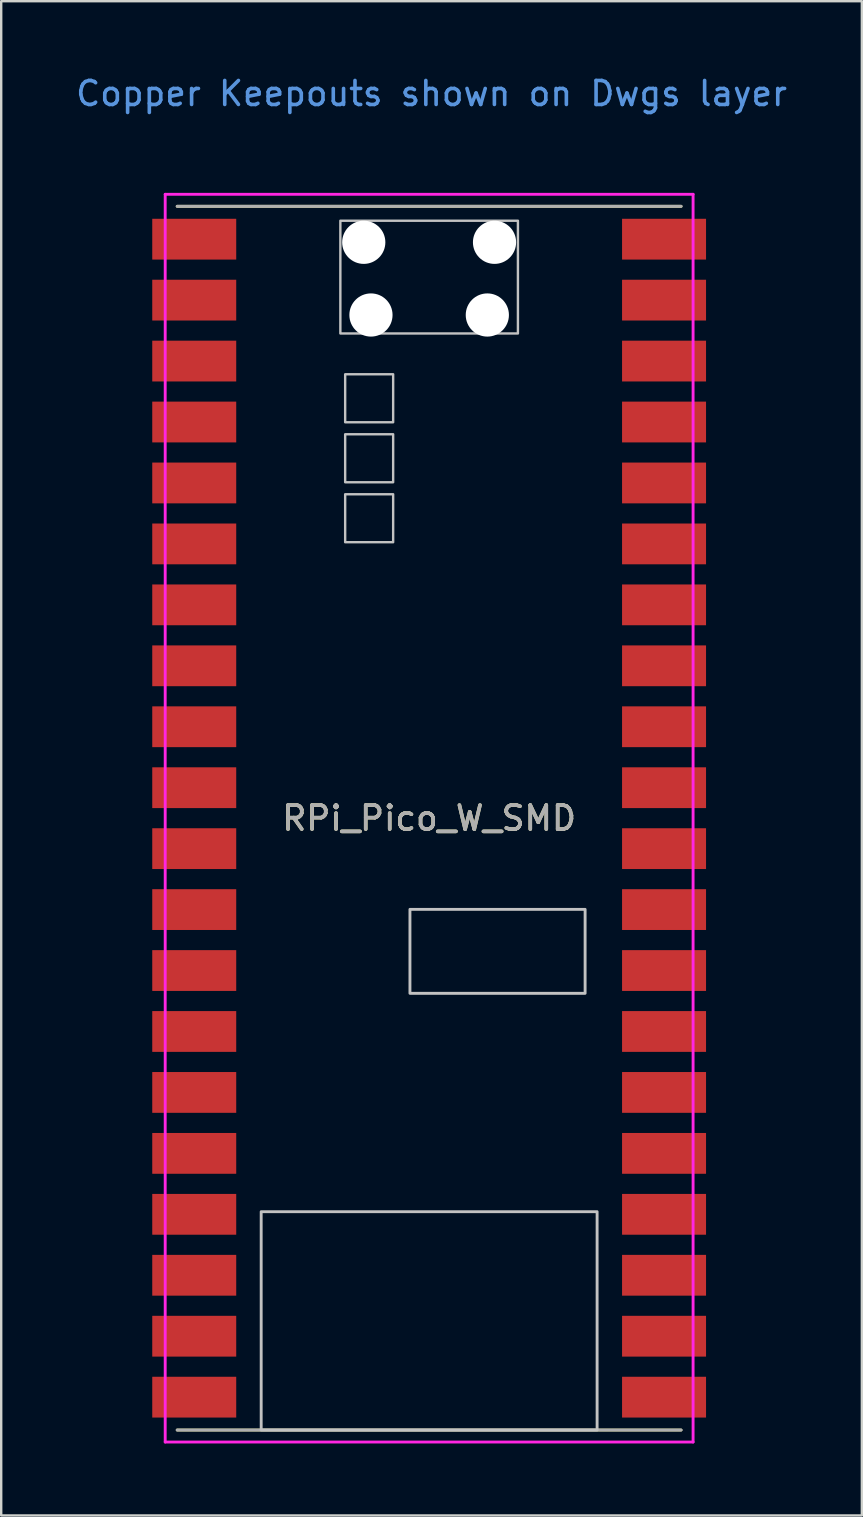
<source format=kicad_pcb>
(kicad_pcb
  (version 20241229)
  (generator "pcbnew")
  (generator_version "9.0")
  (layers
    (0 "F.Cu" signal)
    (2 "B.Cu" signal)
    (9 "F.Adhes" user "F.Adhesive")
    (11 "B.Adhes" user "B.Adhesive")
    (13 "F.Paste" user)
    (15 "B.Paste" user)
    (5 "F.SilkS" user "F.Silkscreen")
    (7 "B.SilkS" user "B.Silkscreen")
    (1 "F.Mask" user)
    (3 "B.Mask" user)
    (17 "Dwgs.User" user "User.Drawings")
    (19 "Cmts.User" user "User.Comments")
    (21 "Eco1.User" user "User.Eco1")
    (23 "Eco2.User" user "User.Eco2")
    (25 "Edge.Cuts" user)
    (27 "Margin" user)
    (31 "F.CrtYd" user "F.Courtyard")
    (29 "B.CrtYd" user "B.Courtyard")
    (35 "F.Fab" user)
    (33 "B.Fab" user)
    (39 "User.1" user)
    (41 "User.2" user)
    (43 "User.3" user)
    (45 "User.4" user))
  (footprint "RPi_Pico_W_SMD"
    (layer "F.Cu")
    (at 14.835 31.048)
    (property "Reference" "RPi_Pico_W_SMD" (at 0 0 180) (layer "F.SilkS") (effects (font (size 1 1) (thickness 0.15))))
    (attr through_hole)
    (fp_line (start -10.5 -25.5) (end 10.5 -25.5) (stroke (width 0.12) (type solid)) (layer "F.SilkS"))
    (fp_line (start 10.5 25.5) (end -10.5 25.5) (stroke (width 0.12) (type solid)) (layer "F.SilkS"))
    (fp_rect (start -7 16.4) (end 7 25.5) (stroke (width 0.12) (type solid)) (fill no) (layer "Dwgs.User"))
    (fp_rect (start -0.8 3.8) (end 6.5 7.3) (stroke (width 0.12) (type solid)) (fill no) (layer "Dwgs.User"))
    (fp_poly (pts (xy -1.5 -16.5) (xy -3.5 -16.5) (xy -3.5 -18.5) (xy -1.5 -18.5)) (stroke (width 0.1) (type solid)) (fill no) (layer "Dwgs.User"))
    (fp_poly (pts (xy -1.5 -14) (xy -3.5 -14) (xy -3.5 -16) (xy -1.5 -16)) (stroke (width 0.1) (type solid)) (fill no) (layer "Dwgs.User"))
    (fp_poly (pts (xy -1.5 -11.5) (xy -3.5 -11.5) (xy -3.5 -13.5) (xy -1.5 -13.5)) (stroke (width 0.1) (type solid)) (fill no) (layer "Dwgs.User"))
    (fp_poly (pts (xy 3.7 -20.2) (xy -3.7 -20.2) (xy -3.7 -24.9) (xy 3.7 -24.9)) (stroke (width 0.1) (type solid)) (fill no) (layer "Dwgs.User"))
    (fp_line (start -11 -26) (end 11 -26) (stroke (width 0.12) (type solid)) (layer "F.CrtYd"))
    (fp_line (start -11 26) (end -11 -26) (stroke (width 0.12) (type solid)) (layer "F.CrtYd"))
    (fp_line (start 11 26) (end -11 26) (stroke (width 0.12) (type solid)) (layer "F.CrtYd"))
    (fp_line (start 11 26) (end 11 -26) (stroke (width 0.12) (type solid)) (layer "F.CrtYd"))
    (fp_line (start -10.5 -25.5) (end 10.5 -25.5) (stroke (width 0.12) (type solid)) (layer "F.Fab"))
    (fp_line (start 10.5 25.5) (end -10.5 25.5) (stroke (width 0.12) (type solid)) (layer "F.Fab"))
    (fp_text user "Copper Keepouts shown on Dwgs layer" (at 0.1 -30.2 180) (layer "Cmts.User") (effects (font (size 1 1) (thickness 0.15))))
    (fp_text user "${REFERENCE}" (at 0 0 180) (layer "F.Fab") (effects (font (size 1 1) (thickness 0.15))))
    (pad "" np_thru_hole oval (at -2.725 -24) (size 1.8 1.8) (drill 1.8) (layers "*.Cu" "*.Mask"))
    (pad "" np_thru_hole oval (at -2.425 -20.97) (size 1.8 1.8) (drill 1.8) (layers "*.Cu" "*.Mask"))
    (pad "" np_thru_hole oval (at 2.425 -20.97) (size 1.8 1.8) (drill 1.8) (layers "*.Cu" "*.Mask"))
    (pad "" np_thru_hole oval (at 2.725 -24) (size 1.8 1.8) (drill 1.8) (layers "*.Cu" "*.Mask"))
    (pad "1" smd rect (at -8.89 -24.13) (size 3.5 1.7) (drill (offset -0.9 0)) (layers "F.Cu" "F.Mask"))
    (pad "2" smd rect (at -8.89 -21.59) (size 3.5 1.7) (drill (offset -0.9 0)) (layers "F.Cu" "F.Mask"))
    (pad "3" smd rect (at -8.89 -19.05) (size 3.5 1.7) (drill (offset -0.9 0)) (layers "F.Cu" "F.Mask"))
    (pad "4" smd rect (at -8.89 -16.51) (size 3.5 1.7) (drill (offset -0.9 0)) (layers "F.Cu" "F.Mask"))
    (pad "5" smd rect (at -8.89 -13.97) (size 3.5 1.7) (drill (offset -0.9 0)) (layers "F.Cu" "F.Mask"))
    (pad "6" smd rect (at -8.89 -11.43) (size 3.5 1.7) (drill (offset -0.9 0)) (layers "F.Cu" "F.Mask"))
    (pad "7" smd rect (at -8.89 -8.89) (size 3.5 1.7) (drill (offset -0.9 0)) (layers "F.Cu" "F.Mask"))
    (pad "8" smd rect (at -8.89 -6.35) (size 3.5 1.7) (drill (offset -0.9 0)) (layers "F.Cu" "F.Mask"))
    (pad "9" smd rect (at -8.89 -3.81) (size 3.5 1.7) (drill (offset -0.9 0)) (layers "F.Cu" "F.Mask"))
    (pad "10" smd rect (at -8.89 -1.27) (size 3.5 1.7) (drill (offset -0.9 0)) (layers "F.Cu" "F.Mask"))
    (pad "11" smd rect (at -8.89 1.27) (size 3.5 1.7) (drill (offset -0.9 0)) (layers "F.Cu" "F.Mask"))
    (pad "12" smd rect (at -8.89 3.81) (size 3.5 1.7) (drill (offset -0.9 0)) (layers "F.Cu" "F.Mask"))
    (pad "13" smd rect (at -8.89 6.35) (size 3.5 1.7) (drill (offset -0.9 0)) (layers "F.Cu" "F.Mask"))
    (pad "14" smd rect (at -8.89 8.89) (size 3.5 1.7) (drill (offset -0.9 0)) (layers "F.Cu" "F.Mask"))
    (pad "15" smd rect (at -8.89 11.43) (size 3.5 1.7) (drill (offset -0.9 0)) (layers "F.Cu" "F.Mask"))
    (pad "16" smd rect (at -8.89 13.97) (size 3.5 1.7) (drill (offset -0.9 0)) (layers "F.Cu" "F.Mask"))
    (pad "17" smd rect (at -8.89 16.51) (size 3.5 1.7) (drill (offset -0.9 0)) (layers "F.Cu" "F.Mask"))
    (pad "18" smd rect (at -8.89 19.05) (size 3.5 1.7) (drill (offset -0.9 0)) (layers "F.Cu" "F.Mask"))
    (pad "19" smd rect (at -8.89 21.59) (size 3.5 1.7) (drill (offset -0.9 0)) (layers "F.Cu" "F.Mask"))
    (pad "20" smd rect (at -8.89 24.13) (size 3.5 1.7) (drill (offset -0.9 0)) (layers "F.Cu" "F.Mask"))
    (pad "21" smd rect (at 8.89 24.13) (size 3.5 1.7) (drill (offset 0.9 0)) (layers "F.Cu" "F.Mask"))
    (pad "22" smd rect (at 8.89 21.59) (size 3.5 1.7) (drill (offset 0.9 0)) (layers "F.Cu" "F.Mask"))
    (pad "23" smd rect (at 8.89 19.05) (size 3.5 1.7) (drill (offset 0.9 0)) (layers "F.Cu" "F.Mask"))
    (pad "24" smd rect (at 8.89 16.51) (size 3.5 1.7) (drill (offset 0.9 0)) (layers "F.Cu" "F.Mask"))
    (pad "25" smd rect (at 8.89 13.97) (size 3.5 1.7) (drill (offset 0.9 0)) (layers "F.Cu" "F.Mask"))
    (pad "26" smd rect (at 8.89 11.43) (size 3.5 1.7) (drill (offset 0.9 0)) (layers "F.Cu" "F.Mask"))
    (pad "27" smd rect (at 8.89 8.89) (size 3.5 1.7) (drill (offset 0.9 0)) (layers "F.Cu" "F.Mask"))
    (pad "28" smd rect (at 8.89 6.35) (size 3.5 1.7) (drill (offset 0.9 0)) (layers "F.Cu" "F.Mask"))
    (pad "29" smd rect (at 8.89 3.81) (size 3.5 1.7) (drill (offset 0.9 0)) (layers "F.Cu" "F.Mask"))
    (pad "30" smd rect (at 8.89 1.27) (size 3.5 1.7) (drill (offset 0.9 0)) (layers "F.Cu" "F.Mask"))
    (pad "31" smd rect (at 8.89 -1.27) (size 3.5 1.7) (drill (offset 0.9 0)) (layers "F.Cu" "F.Mask"))
    (pad "32" smd rect (at 8.89 -3.81) (size 3.5 1.7) (drill (offset 0.9 0)) (layers "F.Cu" "F.Mask"))
    (pad "33" smd rect (at 8.89 -6.35) (size 3.5 1.7) (drill (offset 0.9 0)) (layers "F.Cu" "F.Mask"))
    (pad "34" smd rect (at 8.89 -8.89) (size 3.5 1.7) (drill (offset 0.9 0)) (layers "F.Cu" "F.Mask"))
    (pad "35" smd rect (at 8.89 -11.43) (size 3.5 1.7) (drill (offset 0.9 0)) (layers "F.Cu" "F.Mask"))
    (pad "36" smd rect (at 8.89 -13.97) (size 3.5 1.7) (drill (offset 0.9 0)) (layers "F.Cu" "F.Mask"))
    (pad "37" smd rect (at 8.89 -16.51) (size 3.5 1.7) (drill (offset 0.9 0)) (layers "F.Cu" "F.Mask"))
    (pad "38" smd rect (at 8.89 -19.05) (size 3.5 1.7) (drill (offset 0.9 0)) (layers "F.Cu" "F.Mask"))
    (pad "39" smd rect (at 8.89 -21.59) (size 3.5 1.7) (drill (offset 0.9 0)) (layers "F.Cu" "F.Mask"))
    (pad "40" smd rect (at 8.89 -24.13) (size 3.5 1.7) (drill (offset 0.9 0)) (layers "F.Cu" "F.Mask")))
  (gr_rect
    (start -3 -3)
    (end 32.869 60.108)
    (stroke (width 0.1) (type default))
    (fill no)
    (layer "Edge.Cuts")))
</source>
